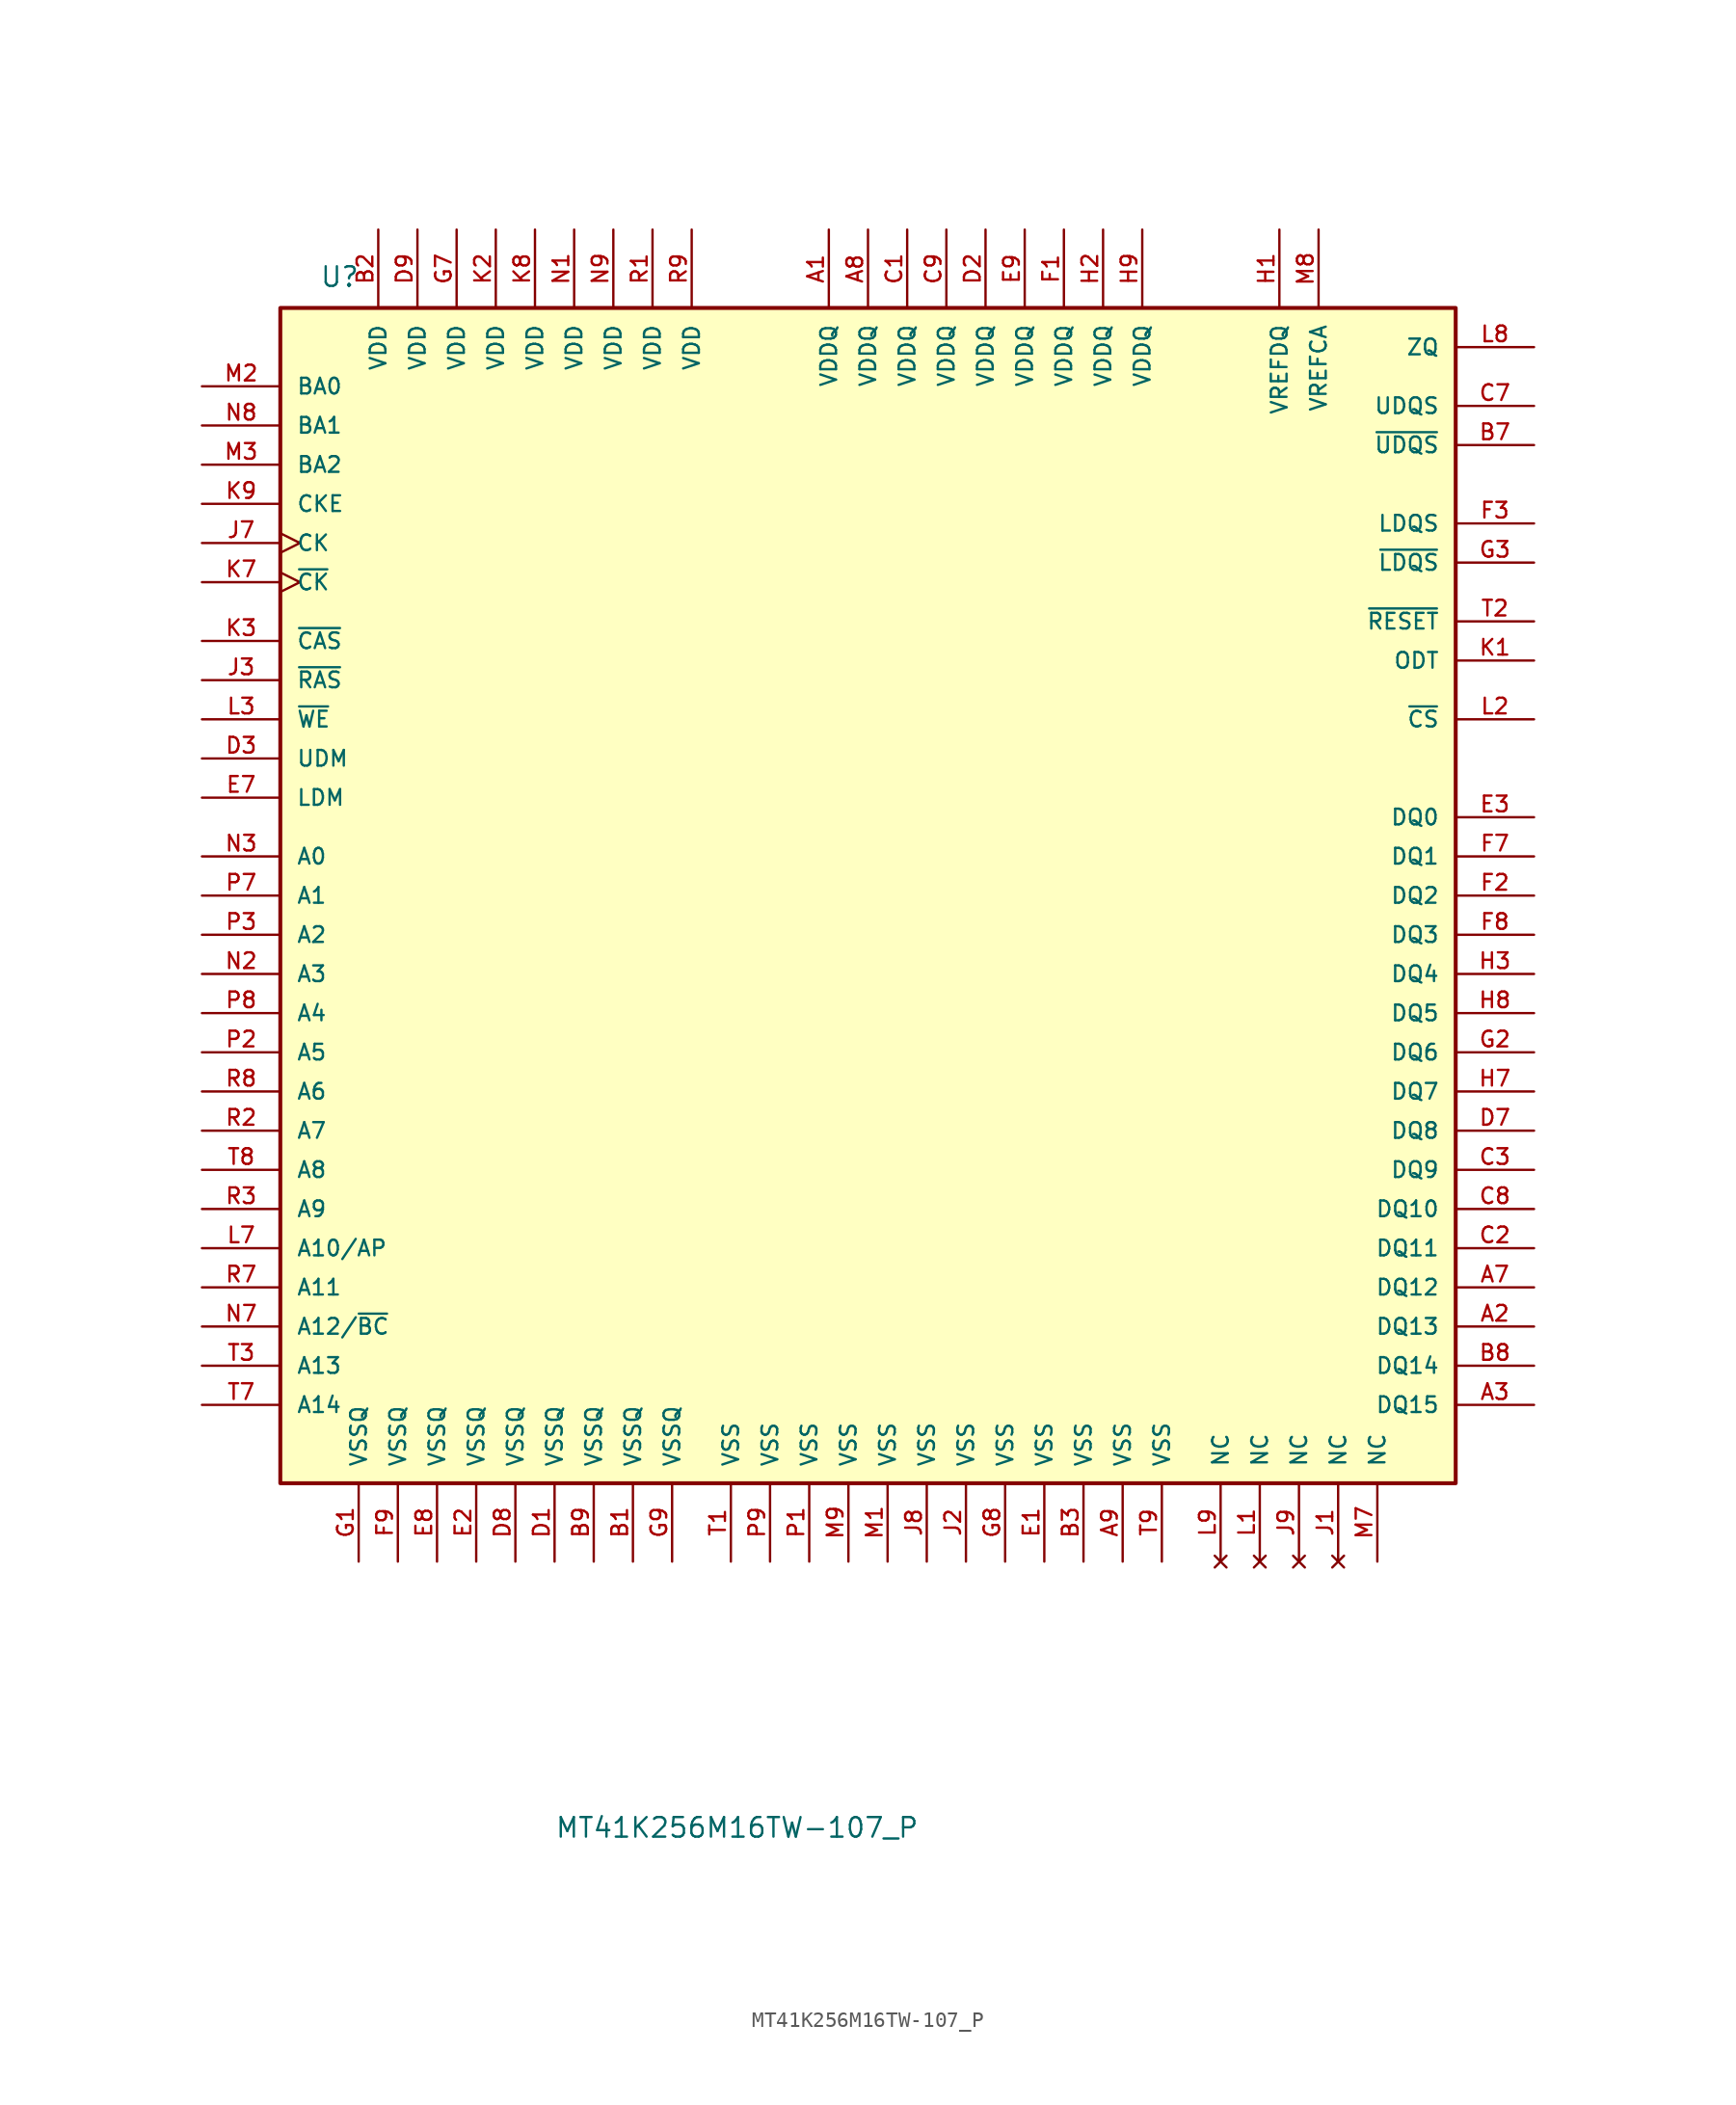
<source format=kicad_sym>
(kicad_symbol_lib
  (version 20231120)
  (generator "kicad_symbol_editor")
  (generator_version "8.0")
  (symbol "MT41K256M16TW-107_P"
    (pin_names
      (offset 1.016))
    (property "Reference" "U"
      (at -35.56 39.37 0)
      (effects (font (size 1.27 1.27)) (justify left bottom)))
    (property "Value" "MT41K256M16TW-107_P"
      (at -20.32 -59.69 0)
      (effects (font (size 1.27 1.27)) (justify left top)))
    (symbol "MT41K256M16TW-107_P_0_0"
      (rectangle (start -38.1 38.1) (end 38.1 -38.1) (stroke (width 0.254) (type default)) (fill (type background)))
      (pin power_in line (at -2.54 43.18 270) (length 5.08) (name "VDDQ" (effects (font (size 1.016 1.016)))) (number "A1" (effects (font (size 1.016 1.016)))))
      (pin bidirectional line (at 43.18 -27.94 180) (length 5.08) (name "DQ13" (effects (font (size 1.016 1.016)))) (number "A2" (effects (font (size 1.016 1.016)))))
      (pin bidirectional line (at 43.18 -33.02 180) (length 5.08) (name "DQ15" (effects (font (size 1.016 1.016)))) (number "A3" (effects (font (size 1.016 1.016)))))
      (pin bidirectional line (at 43.18 -25.4 180) (length 5.08) (name "DQ12" (effects (font (size 1.016 1.016)))) (number "A7" (effects (font (size 1.016 1.016)))))
      (pin power_in line (at 0 43.18 270) (length 5.08) (name "VDDQ" (effects (font (size 1.016 1.016)))) (number "A8" (effects (font (size 1.016 1.016)))))
      (pin power_in line (at 16.51 -43.18 90) (length 5.08) (name "VSS" (effects (font (size 1.016 1.016)))) (number "A9" (effects (font (size 1.016 1.016)))))
      (pin power_in line (at -15.24 -43.18 90) (length 5.08) (name "VSSQ" (effects (font (size 1.016 1.016)))) (number "B1" (effects (font (size 1.016 1.016)))))
      (pin power_in line (at -31.75 43.18 270) (length 5.08) (name "VDD" (effects (font (size 1.016 1.016)))) (number "B2" (effects (font (size 1.016 1.016)))))
      (pin power_in line (at 13.97 -43.18 90) (length 5.08) (name "VSS" (effects (font (size 1.016 1.016)))) (number "B3" (effects (font (size 1.016 1.016)))))
      (pin bidirectional line (at 43.18 29.21 180) (length 5.08) (name "~{UDQS}" (effects (font (size 1.016 1.016)))) (number "B7" (effects (font (size 1.016 1.016)))))
      (pin bidirectional line (at 43.18 -30.48 180) (length 5.08) (name "DQ14" (effects (font (size 1.016 1.016)))) (number "B8" (effects (font (size 1.016 1.016)))))
      (pin power_in line (at -17.78 -43.18 90) (length 5.08) (name "VSSQ" (effects (font (size 1.016 1.016)))) (number "B9" (effects (font (size 1.016 1.016)))))
      (pin power_in line (at 2.54 43.18 270) (length 5.08) (name "VDDQ" (effects (font (size 1.016 1.016)))) (number "C1" (effects (font (size 1.016 1.016)))))
      (pin bidirectional line (at 43.18 -22.86 180) (length 5.08) (name "DQ11" (effects (font (size 1.016 1.016)))) (number "C2" (effects (font (size 1.016 1.016)))))
      (pin bidirectional line (at 43.18 -17.78 180) (length 5.08) (name "DQ9" (effects (font (size 1.016 1.016)))) (number "C3" (effects (font (size 1.016 1.016)))))
      (pin bidirectional line (at 43.18 31.75 180) (length 5.08) (name "UDQS" (effects (font (size 1.016 1.016)))) (number "C7" (effects (font (size 1.016 1.016)))))
      (pin bidirectional line (at 43.18 -20.32 180) (length 5.08) (name "DQ10" (effects (font (size 1.016 1.016)))) (number "C8" (effects (font (size 1.016 1.016)))))
      (pin power_in line (at 5.08 43.18 270) (length 5.08) (name "VDDQ" (effects (font (size 1.016 1.016)))) (number "C9" (effects (font (size 1.016 1.016)))))
      (pin power_in line (at -20.32 -43.18 90) (length 5.08) (name "VSSQ" (effects (font (size 1.016 1.016)))) (number "D1" (effects (font (size 1.016 1.016)))))
      (pin power_in line (at 7.62 43.18 270) (length 5.08) (name "VDDQ" (effects (font (size 1.016 1.016)))) (number "D2" (effects (font (size 1.016 1.016)))))
      (pin input line (at -43.18 8.89 0) (length 5.08) (name "UDM" (effects (font (size 1.016 1.016)))) (number "D3" (effects (font (size 1.016 1.016)))))
      (pin bidirectional line (at 43.18 -15.24 180) (length 5.08) (name "DQ8" (effects (font (size 1.016 1.016)))) (number "D7" (effects (font (size 1.016 1.016)))))
      (pin power_in line (at -22.86 -43.18 90) (length 5.08) (name "VSSQ" (effects (font (size 1.016 1.016)))) (number "D8" (effects (font (size 1.016 1.016)))))
      (pin power_in line (at -29.21 43.18 270) (length 5.08) (name "VDD" (effects (font (size 1.016 1.016)))) (number "D9" (effects (font (size 1.016 1.016)))))
      (pin power_in line (at 11.43 -43.18 90) (length 5.08) (name "VSS" (effects (font (size 1.016 1.016)))) (number "E1" (effects (font (size 1.016 1.016)))))
      (pin power_in line (at -25.4 -43.18 90) (length 5.08) (name "VSSQ" (effects (font (size 1.016 1.016)))) (number "E2" (effects (font (size 1.016 1.016)))))
      (pin bidirectional line (at 43.18 5.08 180) (length 5.08) (name "DQ0" (effects (font (size 1.016 1.016)))) (number "E3" (effects (font (size 1.016 1.016)))))
      (pin input line (at -43.18 6.35 0) (length 5.08) (name "LDM" (effects (font (size 1.016 1.016)))) (number "E7" (effects (font (size 1.016 1.016)))))
      (pin power_in line (at -27.94 -43.18 90) (length 5.08) (name "VSSQ" (effects (font (size 1.016 1.016)))) (number "E8" (effects (font (size 1.016 1.016)))))
      (pin power_in line (at 10.16 43.18 270) (length 5.08) (name "VDDQ" (effects (font (size 1.016 1.016)))) (number "E9" (effects (font (size 1.016 1.016)))))
      (pin power_in line (at 12.7 43.18 270) (length 5.08) (name "VDDQ" (effects (font (size 1.016 1.016)))) (number "F1" (effects (font (size 1.016 1.016)))))
      (pin bidirectional line (at 43.18 0 180) (length 5.08) (name "DQ2" (effects (font (size 1.016 1.016)))) (number "F2" (effects (font (size 1.016 1.016)))))
      (pin bidirectional line (at 43.18 24.13 180) (length 5.08) (name "LDQS" (effects (font (size 1.016 1.016)))) (number "F3" (effects (font (size 1.016 1.016)))))
      (pin bidirectional line (at 43.18 2.54 180) (length 5.08) (name "DQ1" (effects (font (size 1.016 1.016)))) (number "F7" (effects (font (size 1.016 1.016)))))
      (pin bidirectional line (at 43.18 -2.54 180) (length 5.08) (name "DQ3" (effects (font (size 1.016 1.016)))) (number "F8" (effects (font (size 1.016 1.016)))))
      (pin power_in line (at -30.48 -43.18 90) (length 5.08) (name "VSSQ" (effects (font (size 1.016 1.016)))) (number "F9" (effects (font (size 1.016 1.016)))))
      (pin power_in line (at -33.02 -43.18 90) (length 5.08) (name "VSSQ" (effects (font (size 1.016 1.016)))) (number "G1" (effects (font (size 1.016 1.016)))))
      (pin bidirectional line (at 43.18 -10.16 180) (length 5.08) (name "DQ6" (effects (font (size 1.016 1.016)))) (number "G2" (effects (font (size 1.016 1.016)))))
      (pin bidirectional line (at 43.18 21.59 180) (length 5.08) (name "~{LDQS}" (effects (font (size 1.016 1.016)))) (number "G3" (effects (font (size 1.016 1.016)))))
      (pin power_in line (at -26.67 43.18 270) (length 5.08) (name "VDD" (effects (font (size 1.016 1.016)))) (number "G7" (effects (font (size 1.016 1.016)))))
      (pin power_in line (at 8.89 -43.18 90) (length 5.08) (name "VSS" (effects (font (size 1.016 1.016)))) (number "G8" (effects (font (size 1.016 1.016)))))
      (pin power_in line (at -12.7 -43.18 90) (length 5.08) (name "VSSQ" (effects (font (size 1.016 1.016)))) (number "G9" (effects (font (size 1.016 1.016)))))
      (pin power_in line (at 26.67 43.18 270) (length 5.08) (name "VREFDQ" (effects (font (size 1.016 1.016)))) (number "H1" (effects (font (size 1.016 1.016)))))
      (pin power_in line (at 15.24 43.18 270) (length 5.08) (name "VDDQ" (effects (font (size 1.016 1.016)))) (number "H2" (effects (font (size 1.016 1.016)))))
      (pin bidirectional line (at 43.18 -5.08 180) (length 5.08) (name "DQ4" (effects (font (size 1.016 1.016)))) (number "H3" (effects (font (size 1.016 1.016)))))
      (pin bidirectional line (at 43.18 -12.7 180) (length 5.08) (name "DQ7" (effects (font (size 1.016 1.016)))) (number "H7" (effects (font (size 1.016 1.016)))))
      (pin bidirectional line (at 43.18 -7.62 180) (length 5.08) (name "DQ5" (effects (font (size 1.016 1.016)))) (number "H8" (effects (font (size 1.016 1.016)))))
      (pin power_in line (at 17.78 43.18 270) (length 5.08) (name "VDDQ" (effects (font (size 1.016 1.016)))) (number "H9" (effects (font (size 1.016 1.016)))))
      (pin no_connect line (at 30.48 -43.18 90) (length 5.08) (name "NC" (effects (font (size 1.016 1.016)))) (number "J1" (effects (font (size 1.016 1.016)))))
      (pin power_in line (at 6.35 -43.18 90) (length 5.08) (name "VSS" (effects (font (size 1.016 1.016)))) (number "J2" (effects (font (size 1.016 1.016)))))
      (pin input line (at -43.18 13.97 0) (length 5.08) (name "~{RAS}" (effects (font (size 1.016 1.016)))) (number "J3" (effects (font (size 1.016 1.016)))))
      (pin input clock (at -43.18 22.86 0) (length 5.08) (name "CK" (effects (font (size 1.016 1.016)))) (number "J7" (effects (font (size 1.016 1.016)))))
      (pin power_in line (at 3.81 -43.18 90) (length 5.08) (name "VSS" (effects (font (size 1.016 1.016)))) (number "J8" (effects (font (size 1.016 1.016)))))
      (pin no_connect line (at 27.94 -43.18 90) (length 5.08) (name "NC" (effects (font (size 1.016 1.016)))) (number "J9" (effects (font (size 1.016 1.016)))))
      (pin input line (at 43.18 15.24 180) (length 5.08) (name "ODT" (effects (font (size 1.016 1.016)))) (number "K1" (effects (font (size 1.016 1.016)))))
      (pin power_in line (at -24.13 43.18 270) (length 5.08) (name "VDD" (effects (font (size 1.016 1.016)))) (number "K2" (effects (font (size 1.016 1.016)))))
      (pin input line (at -43.18 16.51 0) (length 5.08) (name "~{CAS}" (effects (font (size 1.016 1.016)))) (number "K3" (effects (font (size 1.016 1.016)))))
      (pin input clock (at -43.18 20.32 0) (length 5.08) (name "~{CK}" (effects (font (size 1.016 1.016)))) (number "K7" (effects (font (size 1.016 1.016)))))
      (pin power_in line (at -21.59 43.18 270) (length 5.08) (name "VDD" (effects (font (size 1.016 1.016)))) (number "K8" (effects (font (size 1.016 1.016)))))
      (pin input line (at -43.18 25.4 0) (length 5.08) (name "CKE" (effects (font (size 1.016 1.016)))) (number "K9" (effects (font (size 1.016 1.016)))))
      (pin no_connect line (at 25.4 -43.18 90) (length 5.08) (name "NC" (effects (font (size 1.016 1.016)))) (number "L1" (effects (font (size 1.016 1.016)))))
      (pin input line (at 43.18 11.43 180) (length 5.08) (name "~{CS}" (effects (font (size 1.016 1.016)))) (number "L2" (effects (font (size 1.016 1.016)))))
      (pin input line (at -43.18 11.43 0) (length 5.08) (name "~{WE}" (effects (font (size 1.016 1.016)))) (number "L3" (effects (font (size 1.016 1.016)))))
      (pin input line (at -43.18 -22.86 0) (length 5.08) (name "A10/AP" (effects (font (size 1.016 1.016)))) (number "L7" (effects (font (size 1.016 1.016)))))
      (pin output line (at 43.18 35.56 180) (length 5.08) (name "ZQ" (effects (font (size 1.016 1.016)))) (number "L8" (effects (font (size 1.016 1.016)))))
      (pin no_connect line (at 22.86 -43.18 90) (length 5.08) (name "NC" (effects (font (size 1.016 1.016)))) (number "L9" (effects (font (size 1.016 1.016)))))
      (pin power_in line (at 1.27 -43.18 90) (length 5.08) (name "VSS" (effects (font (size 1.016 1.016)))) (number "M1" (effects (font (size 1.016 1.016)))))
      (pin input line (at -43.18 33.02 0) (length 5.08) (name "BA0" (effects (font (size 1.016 1.016)))) (number "M2" (effects (font (size 1.016 1.016)))))
      (pin input line (at -43.18 27.94 0) (length 5.08) (name "BA2" (effects (font (size 1.016 1.016)))) (number "M3" (effects (font (size 1.016 1.016)))))
      (pin power_in line (at 29.21 43.18 270) (length 5.08) (name "VREFCA" (effects (font (size 1.016 1.016)))) (number "M8" (effects (font (size 1.016 1.016)))))
      (pin power_in line (at -1.27 -43.18 90) (length 5.08) (name "VSS" (effects (font (size 1.016 1.016)))) (number "M9" (effects (font (size 1.016 1.016)))))
      (pin power_in line (at -19.05 43.18 270) (length 5.08) (name "VDD" (effects (font (size 1.016 1.016)))) (number "N1" (effects (font (size 1.016 1.016)))))
      (pin input line (at -43.18 -5.08 0) (length 5.08) (name "A3" (effects (font (size 1.016 1.016)))) (number "N2" (effects (font (size 1.016 1.016)))))
      (pin input line (at -43.18 2.54 0) (length 5.08) (name "A0" (effects (font (size 1.016 1.016)))) (number "N3" (effects (font (size 1.016 1.016)))))
      (pin input line (at -43.18 -27.94 0) (length 5.08) (name "A12/~{BC}" (effects (font (size 1.016 1.016)))) (number "N7" (effects (font (size 1.016 1.016)))))
      (pin input line (at -43.18 30.48 0) (length 5.08) (name "BA1" (effects (font (size 1.016 1.016)))) (number "N8" (effects (font (size 1.016 1.016)))))
      (pin power_in line (at -16.51 43.18 270) (length 5.08) (name "VDD" (effects (font (size 1.016 1.016)))) (number "N9" (effects (font (size 1.016 1.016)))))
      (pin power_in line (at -3.81 -43.18 90) (length 5.08) (name "VSS" (effects (font (size 1.016 1.016)))) (number "P1" (effects (font (size 1.016 1.016)))))
      (pin input line (at -43.18 -10.16 0) (length 5.08) (name "A5" (effects (font (size 1.016 1.016)))) (number "P2" (effects (font (size 1.016 1.016)))))
      (pin input line (at -43.18 -2.54 0) (length 5.08) (name "A2" (effects (font (size 1.016 1.016)))) (number "P3" (effects (font (size 1.016 1.016)))))
      (pin input line (at -43.18 0 0) (length 5.08) (name "A1" (effects (font (size 1.016 1.016)))) (number "P7" (effects (font (size 1.016 1.016)))))
      (pin input line (at -43.18 -7.62 0) (length 5.08) (name "A4" (effects (font (size 1.016 1.016)))) (number "P8" (effects (font (size 1.016 1.016)))))
      (pin power_in line (at -6.35 -43.18 90) (length 5.08) (name "VSS" (effects (font (size 1.016 1.016)))) (number "P9" (effects (font (size 1.016 1.016)))))
      (pin power_in line (at -13.97 43.18 270) (length 5.08) (name "VDD" (effects (font (size 1.016 1.016)))) (number "R1" (effects (font (size 1.016 1.016)))))
      (pin input line (at -43.18 -15.24 0) (length 5.08) (name "A7" (effects (font (size 1.016 1.016)))) (number "R2" (effects (font (size 1.016 1.016)))))
      (pin input line (at -43.18 -20.32 0) (length 5.08) (name "A9" (effects (font (size 1.016 1.016)))) (number "R3" (effects (font (size 1.016 1.016)))))
      (pin input line (at -43.18 -25.4 0) (length 5.08) (name "A11" (effects (font (size 1.016 1.016)))) (number "R7" (effects (font (size 1.016 1.016)))))
      (pin input line (at -43.18 -12.7 0) (length 5.08) (name "A6" (effects (font (size 1.016 1.016)))) (number "R8" (effects (font (size 1.016 1.016)))))
      (pin power_in line (at -11.43 43.18 270) (length 5.08) (name "VDD" (effects (font (size 1.016 1.016)))) (number "R9" (effects (font (size 1.016 1.016)))))
      (pin power_in line (at -8.89 -43.18 90) (length 5.08) (name "VSS" (effects (font (size 1.016 1.016)))) (number "T1" (effects (font (size 1.016 1.016)))))
      (pin input line (at 43.18 17.78 180) (length 5.08) (name "~{RESET}" (effects (font (size 1.016 1.016)))) (number "T2" (effects (font (size 1.016 1.016)))))
      (pin input line (at -43.18 -30.48 0) (length 5.08) (name "A13" (effects (font (size 1.016 1.016)))) (number "T3" (effects (font (size 1.016 1.016)))))
      (pin input line (at -43.18 -33.02 0) (length 5.08) (name "A14" (effects (font (size 1.016 1.016)))) (number "T7" (effects (font (size 1.016 1.016)))))
      (pin input line (at -43.18 -17.78 0) (length 5.08) (name "A8" (effects (font (size 1.016 1.016)))) (number "T8" (effects (font (size 1.016 1.016)))))
      (pin power_in line (at 19.05 -43.18 90) (length 5.08) (name "VSS" (effects (font (size 1.016 1.016)))) (number "T9" (effects (font (size 1.016 1.016))))))
    (symbol "MT41K256M16TW-107_P_1_0"
      (pin passive line (at 33.02 -43.18 90) (length 5.08) (name "NC" (effects (font (size 1.016 1.016)))) (number "M7" (effects (font (size 1.016 1.016))))))))
</source>
